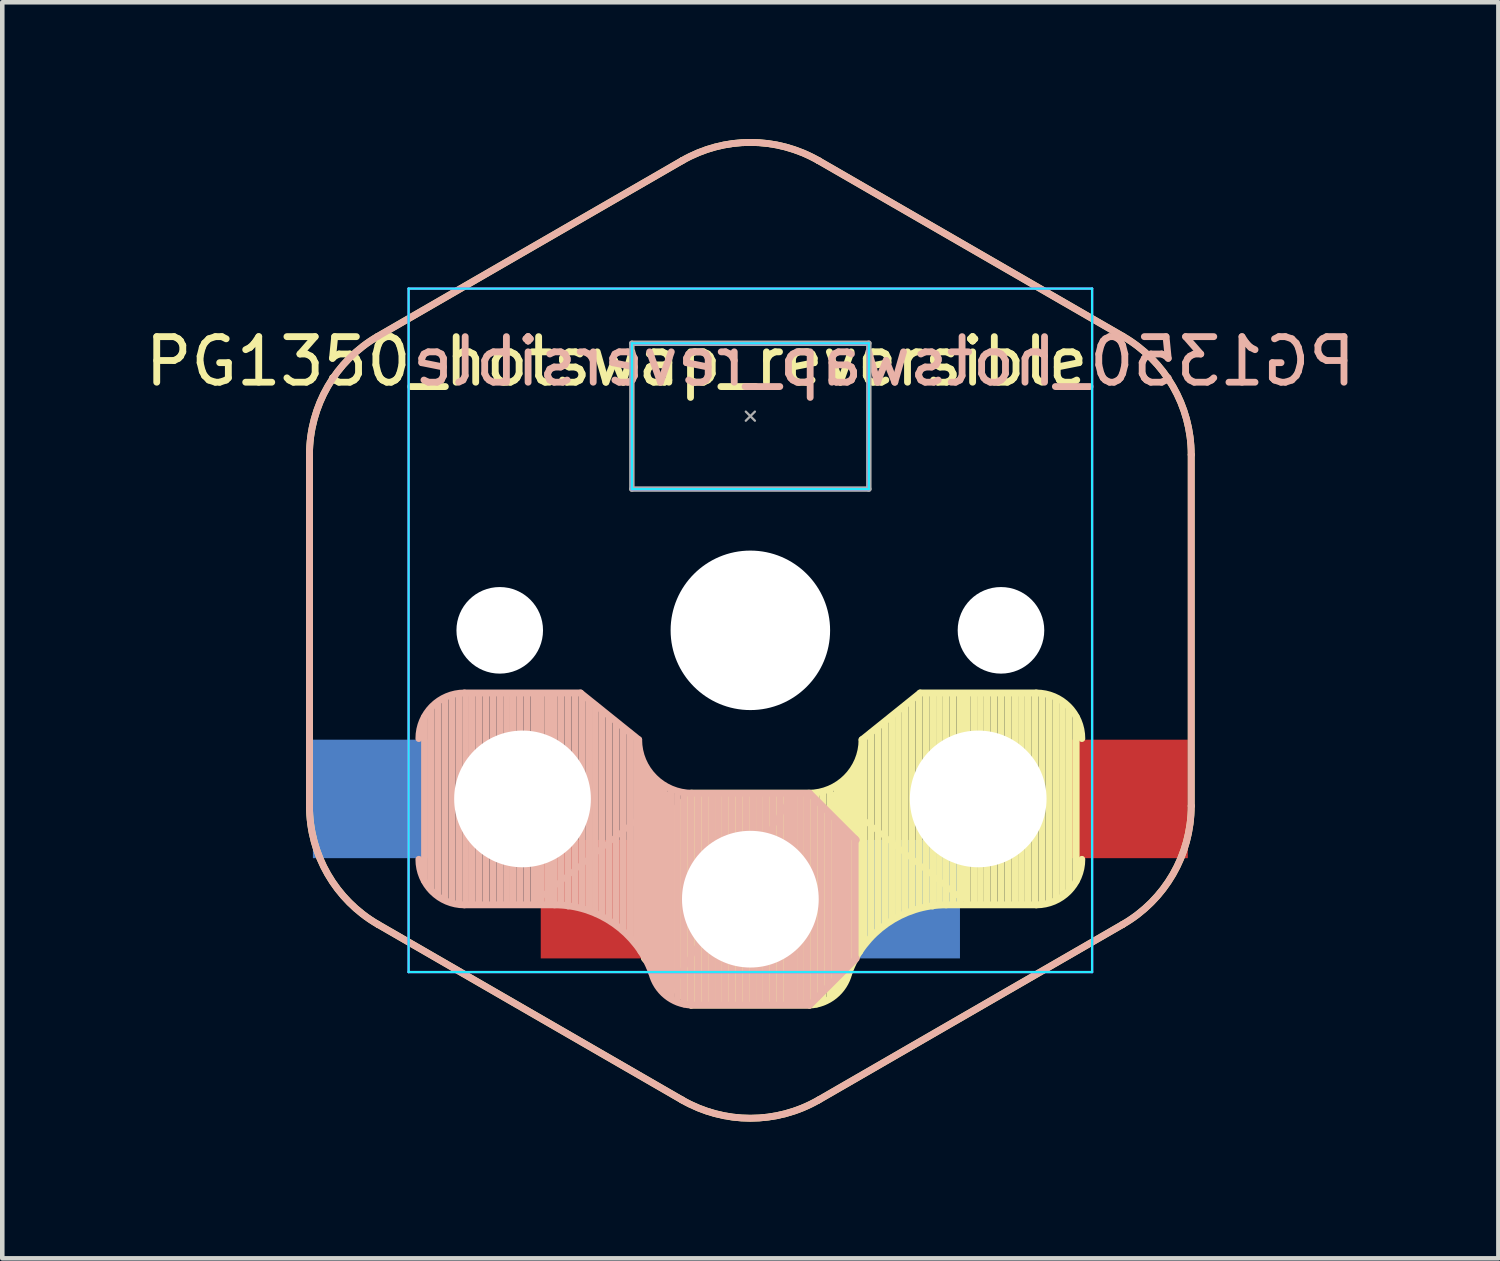
<source format=kicad_pcb>
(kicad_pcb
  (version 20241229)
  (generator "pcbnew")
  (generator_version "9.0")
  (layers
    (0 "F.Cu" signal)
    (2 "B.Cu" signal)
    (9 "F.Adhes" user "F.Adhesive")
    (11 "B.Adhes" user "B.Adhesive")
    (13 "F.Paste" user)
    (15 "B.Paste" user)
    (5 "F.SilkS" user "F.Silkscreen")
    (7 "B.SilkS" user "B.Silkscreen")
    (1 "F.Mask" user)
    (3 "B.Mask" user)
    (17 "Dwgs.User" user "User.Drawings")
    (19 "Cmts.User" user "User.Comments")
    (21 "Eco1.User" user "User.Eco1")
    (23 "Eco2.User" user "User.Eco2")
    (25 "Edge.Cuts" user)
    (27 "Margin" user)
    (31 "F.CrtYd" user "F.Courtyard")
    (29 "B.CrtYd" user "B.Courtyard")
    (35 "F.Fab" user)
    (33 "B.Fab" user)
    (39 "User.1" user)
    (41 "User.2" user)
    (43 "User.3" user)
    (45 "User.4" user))
  (footprint "PG1350_hotswap_reversible"
    (layer "F.Cu")
    (at 13.417 10.783)
    (property "Reference" "PG1350_hotswap_reversible" (at 7.5 -5.9 0) (unlocked yes) (layer "F.SilkS") (effects (font (size 1 1) (thickness 0.15)) (justify right)))
    (attr smd)
    (fp_line (start -9.675 -3.854) (end -9.675 3.854) (stroke (width 0.15) (type solid)) (layer "F.SilkS"))
    (fp_line (start -8.175 6.452) (end -1.5 10.306) (stroke (width 0.15) (type solid)) (layer "F.SilkS"))
    (fp_line (start -2.3 4.575) (end -2.3 7.225) (stroke (width 0.15) (type solid)) (layer "F.SilkS"))
    (fp_line (start -2.15 7.35) (end -2.15 4.45) (stroke (width 0.15) (type solid)) (layer "F.SilkS"))
    (fp_line (start -2.05 7.45) (end -2.05 4.35) (stroke (width 0.15) (type solid)) (layer "F.SilkS"))
    (fp_line (start -1.95 7.55) (end -1.95 4.25) (stroke (width 0.15) (type solid)) (layer "F.SilkS"))
    (fp_line (start -1.85 7.65) (end -1.85 4.15) (stroke (width 0.15) (type solid)) (layer "F.SilkS"))
    (fp_line (start -1.7 7.8) (end -1.7 4) (stroke (width 0.15) (type solid)) (layer "F.SilkS"))
    (fp_line (start -1.55 7.95) (end -1.55 3.85) (stroke (width 0.15) (type solid)) (layer "F.SilkS"))
    (fp_line (start -1.5 -10.306) (end -8.175 -6.452) (stroke (width 0.15) (type solid)) (layer "F.SilkS"))
    (fp_line (start -1.4 8.1) (end -1.4 3.7) (stroke (width 0.15) (type solid)) (layer "F.SilkS"))
    (fp_line (start -1.3 3.575) (end -2.325 4.6) (stroke (width 0.15) (type solid)) (layer "F.SilkS"))
    (fp_line (start -1.3 3.575) (end 1.275 3.575) (stroke (width 0.15) (type solid)) (layer "F.SilkS"))
    (fp_line (start -1.3 8.225) (end -2.325 7.2) (stroke (width 0.15) (type solid)) (layer "F.SilkS"))
    (fp_line (start -1.3 8.225) (end 1.3 8.225) (stroke (width 0.15) (type solid)) (layer "F.SilkS"))
    (fp_line (start -1.25 8.2) (end -1.25 3.6) (stroke (width 0.15) (type solid)) (layer "F.SilkS"))
    (fp_line (start -1.1 8.2) (end -1.1 3.6) (stroke (width 0.15) (type solid)) (layer "F.SilkS"))
    (fp_line (start -0.95 8.2) (end -0.95 3.6) (stroke (width 0.15) (type solid)) (layer "F.SilkS"))
    (fp_line (start -0.9 3.65) (end 1.8 7.95) (stroke (width 0.12) (type solid)) (layer "F.SilkS"))
    (fp_line (start -0.9 8.1) (end -0.9 3.65) (stroke (width 0.12) (type solid)) (layer "F.SilkS"))
    (fp_line (start -0.8 8.2) (end -0.8 3.6) (stroke (width 0.15) (type solid)) (layer "F.SilkS"))
    (fp_line (start -0.65 8.2) (end -0.65 3.6) (stroke (width 0.15) (type solid)) (layer "F.SilkS"))
    (fp_line (start -0.5 8.2) (end -0.5 3.6) (stroke (width 0.15) (type solid)) (layer "F.SilkS"))
    (fp_line (start -0.35 8.2) (end -0.35 3.6) (stroke (width 0.15) (type solid)) (layer "F.SilkS"))
    (fp_line (start -0.2 8.2) (end -0.2 3.6) (stroke (width 0.15) (type solid)) (layer "F.SilkS"))
    (fp_line (start -0.05 8.2) (end -0.05 3.6) (stroke (width 0.15) (type solid)) (layer "F.SilkS"))
    (fp_line (start 0.1 8.2) (end 0.1 3.6) (stroke (width 0.15) (type solid)) (layer "F.SilkS"))
    (fp_line (start 0.25 8.2) (end 0.25 3.6) (stroke (width 0.15) (type solid)) (layer "F.SilkS"))
    (fp_line (start 0.4 8.2) (end 0.4 3.6) (stroke (width 0.15) (type solid)) (layer "F.SilkS"))
    (fp_line (start 0.55 8.2) (end 0.55 3.6) (stroke (width 0.15) (type solid)) (layer "F.SilkS"))
    (fp_line (start 0.7 8.2) (end 0.7 3.6) (stroke (width 0.15) (type solid)) (layer "F.SilkS"))
    (fp_line (start 0.85 8.2) (end 0.85 3.6) (stroke (width 0.15) (type solid)) (layer "F.SilkS"))
    (fp_line (start 1 8.2) (end 1 3.6) (stroke (width 0.15) (type solid)) (layer "F.SilkS"))
    (fp_line (start 1.15 8.2) (end 1.15 3.65) (stroke (width 0.15) (type solid)) (layer "F.SilkS"))
    (fp_line (start 1.3 8.2) (end 1.3 3.6) (stroke (width 0.15) (type solid)) (layer "F.SilkS"))
    (fp_line (start 1.45 8.2) (end 1.45 3.6) (stroke (width 0.15) (type solid)) (layer "F.SilkS"))
    (fp_line (start 1.5 10.306) (end 8.175 6.452) (stroke (width 0.15) (type solid)) (layer "F.SilkS"))
    (fp_line (start 1.6 8.15) (end 1.6 3.6) (stroke (width 0.15) (type solid)) (layer "F.SilkS"))
    (fp_line (start 1.75 8.05) (end 1.75 3.5) (stroke (width 0.15) (type solid)) (layer "F.SilkS"))
    (fp_line (start 1.8 3.6) (end 4.65 5.9) (stroke (width 0.12) (type solid)) (layer "F.SilkS"))
    (fp_line (start 1.8 7.95) (end 1.8 3.6) (stroke (width 0.12) (type solid)) (layer "F.SilkS"))
    (fp_line (start 1.9 7.95) (end 1.9 3.45) (stroke (width 0.15) (type solid)) (layer "F.SilkS"))
    (fp_line (start 2 7.8) (end 2 3.4) (stroke (width 0.15) (type solid)) (layer "F.SilkS"))
    (fp_line (start 2.1 7.55) (end 2.1 3.35) (stroke (width 0.15) (type solid)) (layer "F.SilkS"))
    (fp_line (start 2.2 7.4) (end 2.2 3.25) (stroke (width 0.15) (type solid)) (layer "F.SilkS"))
    (fp_line (start 2.3 7.2) (end 2.3 3.05) (stroke (width 0.15) (type solid)) (layer "F.SilkS"))
    (fp_line (start 2.4 7.05) (end 2.4 2.9) (stroke (width 0.15) (type solid)) (layer "F.SilkS"))
    (fp_line (start 2.5 6.85) (end 2.5 2.4) (stroke (width 0.15) (type solid)) (layer "F.SilkS"))
    (fp_line (start 2.65 6.7) (end 2.65 2.25) (stroke (width 0.15) (type solid)) (layer "F.SilkS"))
    (fp_line (start 2.8 6.55) (end 2.8 2.15) (stroke (width 0.15) (type solid)) (layer "F.SilkS"))
    (fp_line (start 2.95 6.45) (end 2.95 2.05) (stroke (width 0.15) (type solid)) (layer "F.SilkS"))
    (fp_line (start 3.1 6.35) (end 3.1 1.9) (stroke (width 0.15) (type solid)) (layer "F.SilkS"))
    (fp_line (start 3.25 6.25) (end 3.25 1.8) (stroke (width 0.15) (type solid)) (layer "F.SilkS"))
    (fp_line (start 3.4 6.2) (end 3.4 1.65) (stroke (width 0.15) (type solid)) (layer "F.SilkS"))
    (fp_line (start 3.55 6.1) (end 3.55 1.55) (stroke (width 0.15) (type solid)) (layer "F.SilkS"))
    (fp_line (start 3.7 6.05) (end 3.7 1.45) (stroke (width 0.15) (type solid)) (layer "F.SilkS"))
    (fp_line (start 3.725 1.375) (end 2.45 2.4) (stroke (width 0.15) (type solid)) (layer "F.SilkS"))
    (fp_line (start 3.725 1.375) (end 6.275 1.375) (stroke (width 0.15) (type solid)) (layer "F.SilkS"))
    (fp_line (start 3.85 6.05) (end 3.85 1.4) (stroke (width 0.15) (type solid)) (layer "F.SilkS"))
    (fp_line (start 4 6.05) (end 4 1.4) (stroke (width 0.15) (type solid)) (layer "F.SilkS"))
    (fp_line (start 4.15 6) (end 4.15 1.45) (stroke (width 0.15) (type solid)) (layer "F.SilkS"))
    (fp_line (start 4.3 6) (end 4.3 1.4) (stroke (width 0.15) (type solid)) (layer "F.SilkS"))
    (fp_line (start 4.3 6.025) (end 6.275 6.025) (stroke (width 0.15) (type solid)) (layer "F.SilkS"))
    (fp_line (start 4.45 6) (end 4.45 1.4) (stroke (width 0.15) (type solid)) (layer "F.SilkS"))
    (fp_line (start 4.6 6) (end 4.6 1.4) (stroke (width 0.15) (type solid)) (layer "F.SilkS"))
    (fp_line (start 4.65 5.9) (end 4.65 1.4) (stroke (width 0.12) (type solid)) (layer "F.SilkS"))
    (fp_line (start 4.75 6) (end 4.75 1.4) (stroke (width 0.15) (type solid)) (layer "F.SilkS"))
    (fp_line (start 4.9 6) (end 4.9 1.4) (stroke (width 0.15) (type solid)) (layer "F.SilkS"))
    (fp_line (start 5.05 6) (end 5.05 1.4) (stroke (width 0.15) (type solid)) (layer "F.SilkS"))
    (fp_line (start 5.2 6) (end 5.2 1.4) (stroke (width 0.15) (type solid)) (layer "F.SilkS"))
    (fp_line (start 5.35 6) (end 5.35 1.4) (stroke (width 0.15) (type solid)) (layer "F.SilkS"))
    (fp_line (start 5.5 6) (end 5.5 1.4) (stroke (width 0.15) (type solid)) (layer "F.SilkS"))
    (fp_line (start 5.65 6) (end 5.65 1.4) (stroke (width 0.15) (type solid)) (layer "F.SilkS"))
    (fp_line (start 5.8 6) (end 5.8 1.4) (stroke (width 0.15) (type solid)) (layer "F.SilkS"))
    (fp_line (start 5.95 6) (end 5.95 1.4) (stroke (width 0.15) (type solid)) (layer "F.SilkS"))
    (fp_line (start 6.1 6) (end 6.1 1.4) (stroke (width 0.15) (type solid)) (layer "F.SilkS"))
    (fp_line (start 6.25 6) (end 6.25 1.4) (stroke (width 0.15) (type solid)) (layer "F.SilkS"))
    (fp_line (start 6.4 6) (end 6.4 1.45) (stroke (width 0.15) (type solid)) (layer "F.SilkS"))
    (fp_line (start 6.55 5.95) (end 6.55 1.45) (stroke (width 0.15) (type solid)) (layer "F.SilkS"))
    (fp_line (start 6.7 5.9) (end 6.7 1.5) (stroke (width 0.15) (type solid)) (layer "F.SilkS"))
    (fp_line (start 6.85 5.8) (end 6.85 1.6) (stroke (width 0.15) (type solid)) (layer "F.SilkS"))
    (fp_line (start 7 5.7) (end 7 1.7) (stroke (width 0.15) (type solid)) (layer "F.SilkS"))
    (fp_line (start 7.15 5.5) (end 7.15 1.9) (stroke (width 0.15) (type solid)) (layer "F.SilkS"))
    (fp_line (start 8.175 -6.452) (end 1.5 -10.306) (stroke (width 0.15) (type solid)) (layer "F.SilkS"))
    (fp_line (start 9.675 3.854) (end 9.675 -3.854) (stroke (width 0.15) (type solid)) (layer "F.SilkS"))
    (fp_arc (start -9.674999 -3.853813) (mid -9.273075 -5.353813) (end -8.174999 -6.451889) (stroke (width 0.15) (type solid)) (layer "F.SilkS"))
    (fp_arc (start -8.175 6.451889) (mid -9.273076 5.353813) (end -9.675 3.853813) (stroke (width 0.15) (type solid)) (layer "F.SilkS"))
    (fp_arc (start -1.5 -10.305701) (mid -0.000001 -10.707625) (end 1.499999 -10.305702) (stroke (width 0.15) (type solid)) (layer "F.SilkS"))
    (fp_arc (start 1.5 10.305701) (mid 0.000001 10.707625) (end -1.499999 10.305702) (stroke (width 0.15) (type solid)) (layer "F.SilkS"))
    (fp_arc (start 2.162199 7.521904) (mid 1.848285 8.016022) (end 1.300995 8.223791) (stroke (width 0.15) (type solid)) (layer "F.SilkS"))
    (fp_arc (start 2.162199 7.521904) (mid 2.995114 6.436429) (end 4.3 6.025) (stroke (width 0.15) (type solid)) (layer "F.SilkS"))
    (fp_arc (start 2.45 2.4) (mid 2.10585 3.23085) (end 1.275 3.575) (stroke (width 0.15) (type solid)) (layer "F.SilkS"))
    (fp_arc (start 6.275 1.375) (mid 6.982107 1.667893) (end 7.275 2.375) (stroke (width 0.15) (type solid)) (layer "F.SilkS"))
    (fp_arc (start 7.275 5.025) (mid 6.982107 5.732107) (end 6.275 6.025) (stroke (width 0.15) (type solid)) (layer "F.SilkS"))
    (fp_arc (start 8.175 -6.451889) (mid 9.27308 -5.353815) (end 9.675 -3.853813) (stroke (width 0.15) (type solid)) (layer "F.SilkS"))
    (fp_arc (start 9.675 3.853813) (mid 9.273075 5.353812) (end 8.175 6.451889) (stroke (width 0.15) (type solid)) (layer "F.SilkS"))
    (fp_line (start -9.675 3.854) (end -9.675 -3.854) (stroke (width 0.15) (type solid)) (layer "B.SilkS"))
    (fp_line (start -8.175 -6.452) (end -1.5 -10.306) (stroke (width 0.15) (type solid)) (layer "B.SilkS"))
    (fp_line (start -7.15 5.5) (end -7.15 1.9) (stroke (width 0.15) (type solid)) (layer "B.SilkS"))
    (fp_line (start -7 5.7) (end -7 1.7) (stroke (width 0.15) (type solid)) (layer "B.SilkS"))
    (fp_line (start -6.85 5.8) (end -6.85 1.6) (stroke (width 0.15) (type solid)) (layer "B.SilkS"))
    (fp_line (start -6.7 5.9) (end -6.7 1.5) (stroke (width 0.15) (type solid)) (layer "B.SilkS"))
    (fp_line (start -6.55 5.95) (end -6.55 1.45) (stroke (width 0.15) (type solid)) (layer "B.SilkS"))
    (fp_line (start -6.4 6) (end -6.4 1.45) (stroke (width 0.15) (type solid)) (layer "B.SilkS"))
    (fp_line (start -6.25 6) (end -6.25 1.4) (stroke (width 0.15) (type solid)) (layer "B.SilkS"))
    (fp_line (start -6.1 6) (end -6.1 1.4) (stroke (width 0.15) (type solid)) (layer "B.SilkS"))
    (fp_line (start -5.95 6) (end -5.95 1.4) (stroke (width 0.15) (type solid)) (layer "B.SilkS"))
    (fp_line (start -5.8 6) (end -5.8 1.4) (stroke (width 0.15) (type solid)) (layer "B.SilkS"))
    (fp_line (start -5.65 6) (end -5.65 1.4) (stroke (width 0.15) (type solid)) (layer "B.SilkS"))
    (fp_line (start -5.5 6) (end -5.5 1.4) (stroke (width 0.15) (type solid)) (layer "B.SilkS"))
    (fp_line (start -5.35 6) (end -5.35 1.4) (stroke (width 0.15) (type solid)) (layer "B.SilkS"))
    (fp_line (start -5.2 6) (end -5.2 1.4) (stroke (width 0.15) (type solid)) (layer "B.SilkS"))
    (fp_line (start -5.05 6) (end -5.05 1.4) (stroke (width 0.15) (type solid)) (layer "B.SilkS"))
    (fp_line (start -4.9 6) (end -4.9 1.4) (stroke (width 0.15) (type solid)) (layer "B.SilkS"))
    (fp_line (start -4.75 6) (end -4.75 1.4) (stroke (width 0.15) (type solid)) (layer "B.SilkS"))
    (fp_line (start -4.65 5.9) (end -4.65 1.4) (stroke (width 0.12) (type solid)) (layer "B.SilkS"))
    (fp_line (start -4.6 6) (end -4.6 1.4) (stroke (width 0.15) (type solid)) (layer "B.SilkS"))
    (fp_line (start -4.45 6) (end -4.45 1.4) (stroke (width 0.15) (type solid)) (layer "B.SilkS"))
    (fp_line (start -4.3 6) (end -4.3 1.4) (stroke (width 0.15) (type solid)) (layer "B.SilkS"))
    (fp_line (start -4.3 6.025) (end -6.275 6.025) (stroke (width 0.15) (type solid)) (layer "B.SilkS"))
    (fp_line (start -4.15 6) (end -4.15 1.45) (stroke (width 0.15) (type solid)) (layer "B.SilkS"))
    (fp_line (start -4 6.05) (end -4 1.4) (stroke (width 0.15) (type solid)) (layer "B.SilkS"))
    (fp_line (start -3.85 6.05) (end -3.85 1.4) (stroke (width 0.15) (type solid)) (layer "B.SilkS"))
    (fp_line (start -3.725 1.375) (end -6.275 1.375) (stroke (width 0.15) (type solid)) (layer "B.SilkS"))
    (fp_line (start -3.725 1.375) (end -2.45 2.4) (stroke (width 0.15) (type solid)) (layer "B.SilkS"))
    (fp_line (start -3.7 6.05) (end -3.7 1.45) (stroke (width 0.15) (type solid)) (layer "B.SilkS"))
    (fp_line (start -3.55 6.1) (end -3.55 1.55) (stroke (width 0.15) (type solid)) (layer "B.SilkS"))
    (fp_line (start -3.4 6.2) (end -3.4 1.65) (stroke (width 0.15) (type solid)) (layer "B.SilkS"))
    (fp_line (start -3.25 6.25) (end -3.25 1.8) (stroke (width 0.15) (type solid)) (layer "B.SilkS"))
    (fp_line (start -3.1 6.35) (end -3.1 1.9) (stroke (width 0.15) (type solid)) (layer "B.SilkS"))
    (fp_line (start -2.95 6.45) (end -2.95 2.05) (stroke (width 0.15) (type solid)) (layer "B.SilkS"))
    (fp_line (start -2.8 6.55) (end -2.8 2.15) (stroke (width 0.15) (type solid)) (layer "B.SilkS"))
    (fp_line (start -2.65 6.7) (end -2.65 2.25) (stroke (width 0.15) (type solid)) (layer "B.SilkS"))
    (fp_line (start -2.5 6.85) (end -2.5 2.4) (stroke (width 0.15) (type solid)) (layer "B.SilkS"))
    (fp_line (start -2.4 7.05) (end -2.4 2.9) (stroke (width 0.15) (type solid)) (layer "B.SilkS"))
    (fp_line (start -2.3 7.2) (end -2.3 3.05) (stroke (width 0.15) (type solid)) (layer "B.SilkS"))
    (fp_line (start -2.2 7.4) (end -2.2 3.25) (stroke (width 0.15) (type solid)) (layer "B.SilkS"))
    (fp_line (start -2.1 7.55) (end -2.1 3.35) (stroke (width 0.15) (type solid)) (layer "B.SilkS"))
    (fp_line (start -2 7.8) (end -2 3.4) (stroke (width 0.15) (type solid)) (layer "B.SilkS"))
    (fp_line (start -1.9 7.95) (end -1.9 3.45) (stroke (width 0.15) (type solid)) (layer "B.SilkS"))
    (fp_line (start -1.8 3.6) (end -4.65 5.9) (stroke (width 0.12) (type solid)) (layer "B.SilkS"))
    (fp_line (start -1.8 7.95) (end -1.8 3.6) (stroke (width 0.12) (type solid)) (layer "B.SilkS"))
    (fp_line (start -1.75 8.05) (end -1.75 3.5) (stroke (width 0.15) (type solid)) (layer "B.SilkS"))
    (fp_line (start -1.6 8.15) (end -1.6 3.6) (stroke (width 0.15) (type solid)) (layer "B.SilkS"))
    (fp_line (start -1.5 10.306) (end -8.175 6.452) (stroke (width 0.15) (type solid)) (layer "B.SilkS"))
    (fp_line (start -1.45 8.2) (end -1.45 3.6) (stroke (width 0.15) (type solid)) (layer "B.SilkS"))
    (fp_line (start -1.3 8.2) (end -1.3 3.6) (stroke (width 0.15) (type solid)) (layer "B.SilkS"))
    (fp_line (start -1.15 8.2) (end -1.15 3.65) (stroke (width 0.15) (type solid)) (layer "B.SilkS"))
    (fp_line (start -1 8.2) (end -1 3.6) (stroke (width 0.15) (type solid)) (layer "B.SilkS"))
    (fp_line (start -0.85 8.2) (end -0.85 3.6) (stroke (width 0.15) (type solid)) (layer "B.SilkS"))
    (fp_line (start -0.7 8.2) (end -0.7 3.6) (stroke (width 0.15) (type solid)) (layer "B.SilkS"))
    (fp_line (start -0.55 8.2) (end -0.55 3.6) (stroke (width 0.15) (type solid)) (layer "B.SilkS"))
    (fp_line (start -0.4 8.2) (end -0.4 3.6) (stroke (width 0.15) (type solid)) (layer "B.SilkS"))
    (fp_line (start -0.25 8.2) (end -0.25 3.6) (stroke (width 0.15) (type solid)) (layer "B.SilkS"))
    (fp_line (start -0.1 8.2) (end -0.1 3.6) (stroke (width 0.15) (type solid)) (layer "B.SilkS"))
    (fp_line (start 0.05 8.2) (end 0.05 3.6) (stroke (width 0.15) (type solid)) (layer "B.SilkS"))
    (fp_line (start 0.2 8.2) (end 0.2 3.6) (stroke (width 0.15) (type solid)) (layer "B.SilkS"))
    (fp_line (start 0.35 8.2) (end 0.35 3.6) (stroke (width 0.15) (type solid)) (layer "B.SilkS"))
    (fp_line (start 0.5 8.2) (end 0.5 3.6) (stroke (width 0.15) (type solid)) (layer "B.SilkS"))
    (fp_line (start 0.65 8.2) (end 0.65 3.6) (stroke (width 0.15) (type solid)) (layer "B.SilkS"))
    (fp_line (start 0.8 8.2) (end 0.8 3.6) (stroke (width 0.15) (type solid)) (layer "B.SilkS"))
    (fp_line (start 0.9 3.65) (end -1.8 7.95) (stroke (width 0.12) (type solid)) (layer "B.SilkS"))
    (fp_line (start 0.9 8.1) (end 0.9 3.65) (stroke (width 0.12) (type solid)) (layer "B.SilkS"))
    (fp_line (start 0.95 8.2) (end 0.95 3.6) (stroke (width 0.15) (type solid)) (layer "B.SilkS"))
    (fp_line (start 1.1 8.2) (end 1.1 3.6) (stroke (width 0.15) (type solid)) (layer "B.SilkS"))
    (fp_line (start 1.25 8.2) (end 1.25 3.6) (stroke (width 0.15) (type solid)) (layer "B.SilkS"))
    (fp_line (start 1.3 3.575) (end -1.275 3.575) (stroke (width 0.15) (type solid)) (layer "B.SilkS"))
    (fp_line (start 1.3 3.575) (end 2.325 4.6) (stroke (width 0.15) (type solid)) (layer "B.SilkS"))
    (fp_line (start 1.3 8.225) (end -1.3 8.225) (stroke (width 0.15) (type solid)) (layer "B.SilkS"))
    (fp_line (start 1.3 8.225) (end 2.325 7.2) (stroke (width 0.15) (type solid)) (layer "B.SilkS"))
    (fp_line (start 1.4 8.1) (end 1.4 3.7) (stroke (width 0.15) (type solid)) (layer "B.SilkS"))
    (fp_line (start 1.5 -10.306) (end 8.175 -6.452) (stroke (width 0.15) (type solid)) (layer "B.SilkS"))
    (fp_line (start 1.55 7.95) (end 1.55 3.85) (stroke (width 0.15) (type solid)) (layer "B.SilkS"))
    (fp_line (start 1.7 7.8) (end 1.7 4) (stroke (width 0.15) (type solid)) (layer "B.SilkS"))
    (fp_line (start 1.85 7.65) (end 1.85 4.15) (stroke (width 0.15) (type solid)) (layer "B.SilkS"))
    (fp_line (start 1.95 7.55) (end 1.95 4.25) (stroke (width 0.15) (type solid)) (layer "B.SilkS"))
    (fp_line (start 2.05 7.45) (end 2.05 4.35) (stroke (width 0.15) (type solid)) (layer "B.SilkS"))
    (fp_line (start 2.15 7.35) (end 2.15 4.45) (stroke (width 0.15) (type solid)) (layer "B.SilkS"))
    (fp_line (start 2.3 4.575) (end 2.3 7.225) (stroke (width 0.15) (type solid)) (layer "B.SilkS"))
    (fp_line (start 8.175 6.452) (end 1.5 10.306) (stroke (width 0.15) (type solid)) (layer "B.SilkS"))
    (fp_line (start 9.675 -3.854) (end 9.675 3.854) (stroke (width 0.15) (type solid)) (layer "B.SilkS"))
    (fp_arc (start -9.675 -3.853813) (mid -9.273081 -5.353816) (end -8.175 -6.451889) (stroke (width 0.15) (type solid)) (layer "B.SilkS"))
    (fp_arc (start -8.175 6.451889) (mid -9.273078 5.353814) (end -9.675 3.853813) (stroke (width 0.15) (type solid)) (layer "B.SilkS"))
    (fp_arc (start -7.275 2.375) (mid -6.982107 1.667893) (end -6.275 1.375) (stroke (width 0.15) (type solid)) (layer "B.SilkS"))
    (fp_arc (start -6.275 6.025) (mid -6.982107 5.732107) (end -7.275 5.025) (stroke (width 0.15) (type solid)) (layer "B.SilkS"))
    (fp_arc (start -4.3 6.025) (mid -2.995114 6.436429) (end -2.162199 7.521904) (stroke (width 0.15) (type solid)) (layer "B.SilkS"))
    (fp_arc (start -1.499999 -10.305702) (mid 0.000001 -10.707625) (end 1.5 -10.305701) (stroke (width 0.15) (type solid)) (layer "B.SilkS"))
    (fp_arc (start -1.300995 8.223791) (mid -1.848285 8.016022) (end -2.162199 7.521904) (stroke (width 0.15) (type solid)) (layer "B.SilkS"))
    (fp_arc (start -1.275 3.575) (mid -2.10585 3.23085) (end -2.45 2.4) (stroke (width 0.15) (type solid)) (layer "B.SilkS"))
    (fp_arc (start 1.499999 10.305702) (mid -0.000001 10.707626) (end -1.5 10.305701) (stroke (width 0.15) (type solid)) (layer "B.SilkS"))
    (fp_arc (start 8.174999 -6.451889) (mid 9.273075 -5.353813) (end 9.674999 -3.853813) (stroke (width 0.15) (type solid)) (layer "B.SilkS"))
    (fp_arc (start 9.675 3.853813) (mid 9.273076 5.353813) (end 8.175 6.451889) (stroke (width 0.15) (type solid)) (layer "B.SilkS"))
    (fp_line (start -7.5 -7.5) (end -7.5 7.5) (stroke (width 0.05) (type solid)) (layer "B.CrtYd"))
    (fp_line (start -7.5 7.5) (end 7.5 7.5) (stroke (width 0.05) (type solid)) (layer "B.CrtYd"))
    (fp_line (start -2.6 -6.3) (end -2.6 -3.1) (stroke (width 0.05) (type solid)) (layer "B.CrtYd"))
    (fp_line (start -2.6 -6.3) (end 2.6 -6.3) (stroke (width 0.05) (type solid)) (layer "B.CrtYd"))
    (fp_line (start -2.6 -3.1) (end 2.6 -3.1) (stroke (width 0.05) (type solid)) (layer "B.CrtYd"))
    (fp_line (start 2.6 -3.1) (end 2.6 -6.3) (stroke (width 0.05) (type solid)) (layer "B.CrtYd"))
    (fp_line (start 7.5 -7.5) (end -7.5 -7.5) (stroke (width 0.05) (type solid)) (layer "B.CrtYd"))
    (fp_line (start 7.5 7.5) (end 7.5 -7.5) (stroke (width 0.05) (type solid)) (layer "B.CrtYd"))
    (fp_line (start -7.5 -7.5) (end 7.5 -7.5) (stroke (width 0.05) (type solid)) (layer "F.CrtYd"))
    (fp_line (start -7.5 7.5) (end -7.5 -7.5) (stroke (width 0.05) (type solid)) (layer "F.CrtYd"))
    (fp_line (start -2.6 -3.1) (end -2.6 -6.3) (stroke (width 0.05) (type solid)) (layer "F.CrtYd"))
    (fp_line (start 2.6 -6.3) (end -2.6 -6.3) (stroke (width 0.05) (type solid)) (layer "F.CrtYd"))
    (fp_line (start 2.6 -6.3) (end 2.6 -3.1) (stroke (width 0.05) (type solid)) (layer "F.CrtYd"))
    (fp_line (start 2.6 -3.1) (end -2.6 -3.1) (stroke (width 0.05) (type solid)) (layer "F.CrtYd"))
    (fp_line (start 7.5 -7.5) (end 7.5 7.5) (stroke (width 0.05) (type solid)) (layer "F.CrtYd"))
    (fp_line (start 7.5 7.5) (end -7.5 7.5) (stroke (width 0.05) (type solid)) (layer "F.CrtYd"))
    (fp_line (start -2.6 -6.3) (end 2.6 -6.3) (stroke (width 0.12) (type solid)) (layer "F.Fab"))
    (fp_line (start -2.6 -3.1) (end -2.6 -6.3) (stroke (width 0.12) (type solid)) (layer "F.Fab"))
    (fp_line (start -0.1 -4.8) (end 0.1 -4.6) (stroke (width 0.05) (type solid)) (layer "F.Fab"))
    (fp_line (start 0.1 -4.8) (end -0.1 -4.6) (stroke (width 0.05) (type solid)) (layer "F.Fab"))
    (fp_line (start 2.6 -6.3) (end 2.6 -3.1) (stroke (width 0.12) (type solid)) (layer "F.Fab"))
    (fp_line (start 2.6 -3.1) (end -2.6 -3.1) (stroke (width 0.12) (type solid)) (layer "F.Fab"))
    (fp_text user "${REFERENCE}" (at -7.5 -5.9 0) (layer "B.SilkS") (effects (font (size 1 1) (thickness 0.15)) (justify right mirror)))
    (pad "" np_thru_hole circle (at -5.5 0 90) (size 1.9 1.9) (drill 1.9) (layers "*.Cu"))
    (pad "" np_thru_hole circle (at -5 3.7 90) (size 3 3) (drill 3) (layers "*.Cu" "*.Mask"))
    (pad "" np_thru_hole circle (at 0 0 90) (size 3.5 3.5) (drill 3.5) (layers "*.Cu"))
    (pad "" np_thru_hole circle (at 0 5.9 90) (size 3 3) (drill 3) (layers "*.Cu" "*.Mask"))
    (pad "" np_thru_hole circle (at 5 3.7 90) (size 3 3) (drill 3) (layers "*.Cu" "*.Mask"))
    (pad "" np_thru_hole circle (at 5.5 0 90) (size 1.9 1.9) (drill 1.9) (layers "*.Cu"))
    (pad "1" smd rect (at -8.3 3.7 180) (size 2.6 2.6) (layers "B.Cu" "B.Mask" "B.Paste"))
    (pad "1" smd rect (at 8.3 3.7 180) (size 2.6 2.6) (layers "F.Cu" "F.Mask" "F.Paste"))
    (pad "2" smd rect (at -3.3 5.9 180) (size 2.6 2.6) (layers "F.Cu" "F.Mask" "F.Paste"))
    (pad "2" smd rect (at 3.3 5.9 180) (size 2.6 2.6) (layers "B.Cu" "B.Mask" "B.Paste")))
  (gr_rect
    (start -3 -3)
    (end 29.833 24.565)
    (stroke (width 0.1) (type default))
    (fill no)
    (layer "Edge.Cuts")))
</source>
